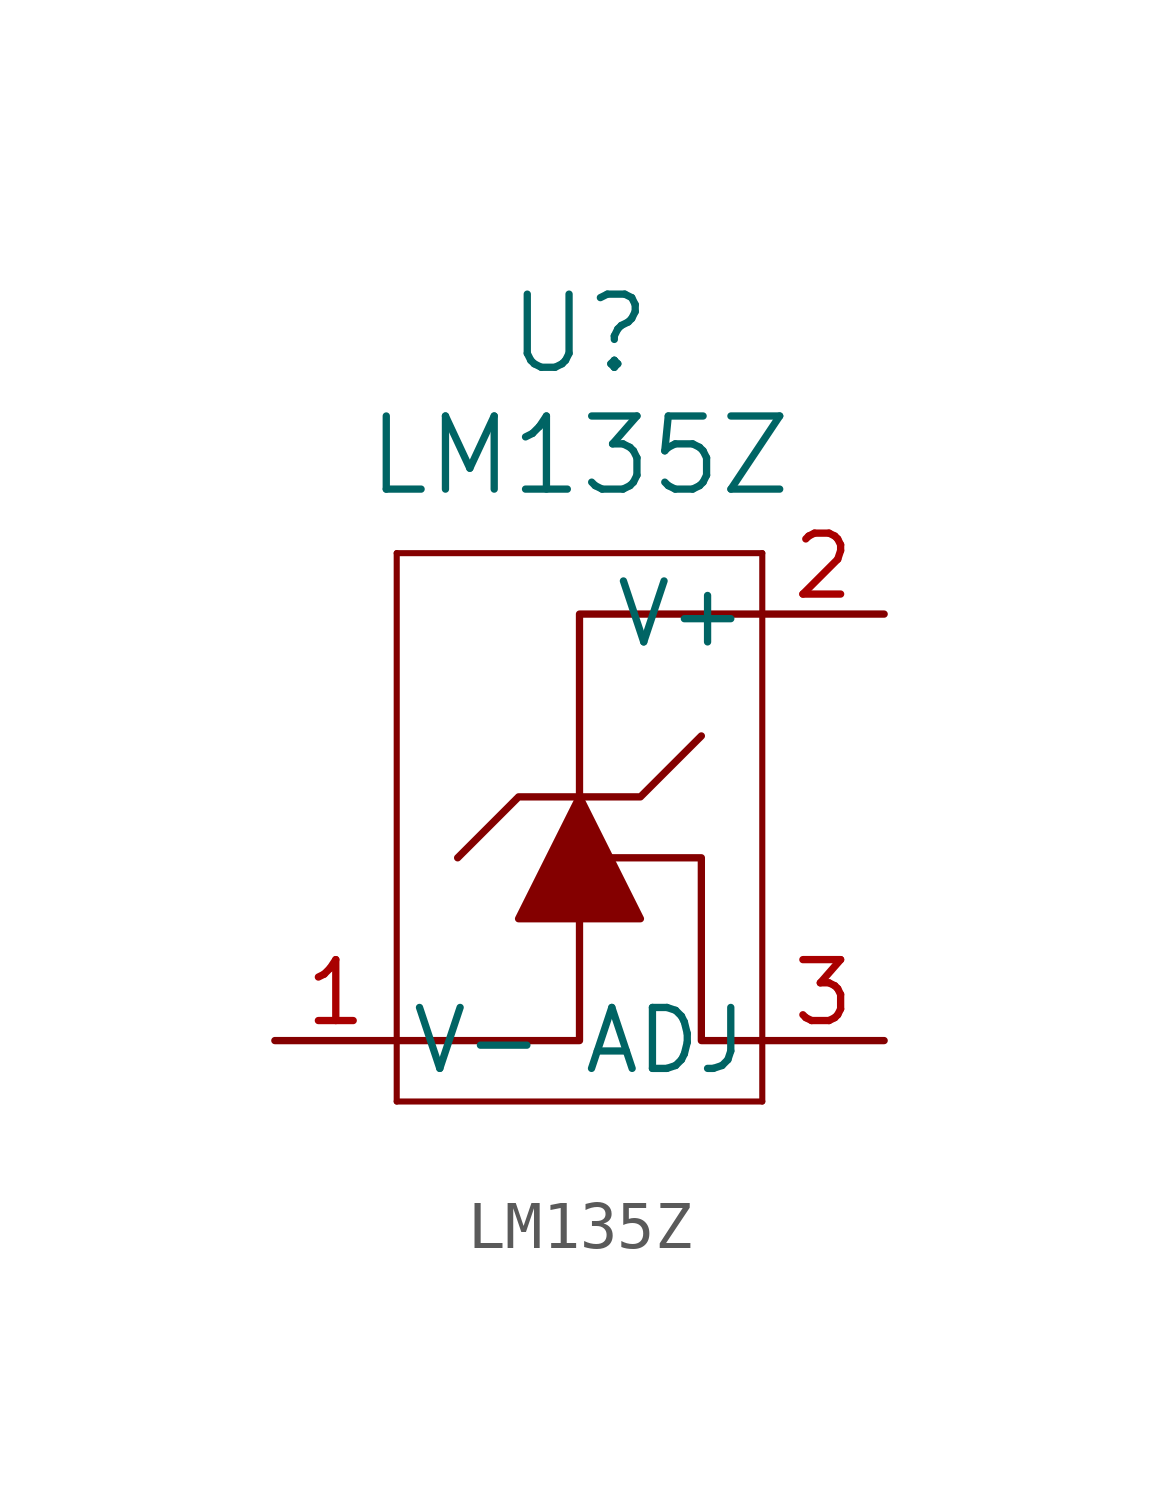
<source format=kicad_sym>
(kicad_symbol_lib
  (version 20231120)
  (generator "kicad_symbol_editor")
  (generator_version "8.0")
  (symbol "LM135Z"
    (pin_names
      (offset 0.254))
    (property "Reference" "U"
      (at 12.7 8.382 0)
      (effects (font (size 1.524 1.524))))
    (property "Value" "LM135Z"
      (at 12.7 5.842 0)
      (effects (font (size 1.524 1.524))))
    (property "ki_locked" ""
      (at 0 0 0)
      (effects (font (size 1.27 1.27))))
    (symbol "LM135Z_0_1"
      (polyline (pts (xy 8.89 -7.62) (xy 16.51 -7.62)) (stroke (width 0.127) (type default)) (fill (type none)))
      (polyline (pts (xy 8.89 3.81) (xy 8.89 -7.62)) (stroke (width 0.127) (type default)) (fill (type none)))
      (polyline (pts (xy 16.51 -7.62) (xy 16.51 3.81)) (stroke (width 0.127) (type default)) (fill (type none)))
      (polyline (pts (xy 16.51 3.81) (xy 8.89 3.81)) (stroke (width 0.127) (type default)) (fill (type none))))
    (symbol "LM135Z_1_1"
      (polyline (pts (xy 12.7 -3.81) (xy 12.7 -6.35) (xy 8.89 -6.35)) (stroke (width 0) (type default)) (fill (type none)))
      (polyline (pts (xy 10.16 -2.54) (xy 11.43 -1.27) (xy 13.97 -1.27) (xy 15.24 0)) (stroke (width 0) (type default)) (fill (type none)))
      (polyline (pts (xy 12.7 -2.54) (xy 15.24 -2.54) (xy 15.24 -6.35) (xy 16.51 -6.35)) (stroke (width 0) (type default)) (fill (type none)))
      (polyline (pts (xy 12.7 -1.27) (xy 12.7 1.27) (xy 12.7 2.54) (xy 16.51 2.54)) (stroke (width 0) (type default)) (fill (type none)))
      (polyline (pts (xy 12.7 -1.27) (xy 13.97 -3.81) (xy 11.43 -3.81) (xy 12.7 -1.27)) (stroke (width 0) (type default)) (fill (type outline)))
      (pin power_in line (at 6.35 -6.35 0) (length 2.54) (name "V-" (effects (font (size 1.27 1.27)))) (number "1" (effects (font (size 1.27 1.27)))))
      (pin power_in line (at 19.05 2.54 180) (length 2.54) (name "V+" (effects (font (size 1.27 1.27)))) (number "2" (effects (font (size 1.27 1.27)))))
      (pin passive line (at 19.05 -6.35 180) (length 2.54) (name "ADJ" (effects (font (size 1.27 1.27)))) (number "3" (effects (font (size 1.27 1.27))))))))
</source>
